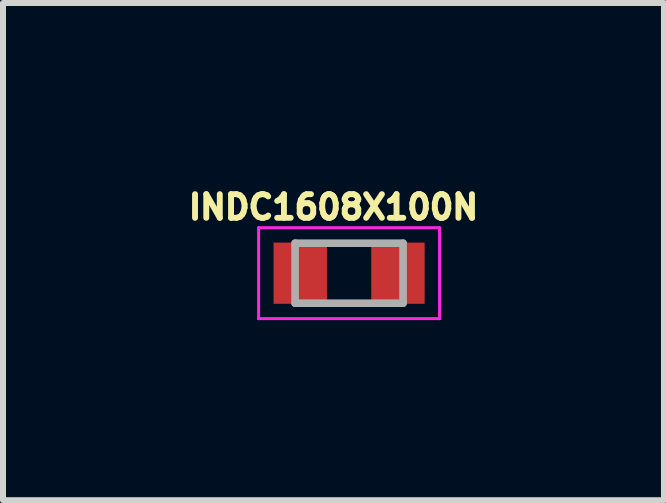
<source format=kicad_pcb>
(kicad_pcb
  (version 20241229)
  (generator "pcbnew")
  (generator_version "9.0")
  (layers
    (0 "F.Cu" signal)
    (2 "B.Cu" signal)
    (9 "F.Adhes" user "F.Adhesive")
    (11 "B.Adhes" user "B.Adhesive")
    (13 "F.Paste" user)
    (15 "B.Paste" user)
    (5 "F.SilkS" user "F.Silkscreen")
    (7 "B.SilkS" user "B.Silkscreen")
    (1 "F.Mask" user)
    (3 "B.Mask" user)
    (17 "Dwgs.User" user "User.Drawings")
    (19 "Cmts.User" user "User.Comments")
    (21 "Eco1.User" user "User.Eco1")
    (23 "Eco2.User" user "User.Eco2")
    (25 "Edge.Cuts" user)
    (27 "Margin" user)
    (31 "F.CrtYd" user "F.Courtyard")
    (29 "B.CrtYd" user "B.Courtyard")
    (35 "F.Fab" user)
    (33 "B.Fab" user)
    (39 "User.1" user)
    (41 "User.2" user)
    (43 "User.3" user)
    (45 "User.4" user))
  (footprint "INDC1608X100N"
    (layer "F.Cu")
    (at 2.768 1.503)
    (property "Reference" "INDC1608X100N" (at -0.26 -1.1 0) (layer "F.SilkS") (effects (font (size 0.394 0.394) (thickness 0.15))))
    (attr smd)
    (fp_line (start -1.508 -0.758) (end 1.508 -0.758) (stroke (width 0.05) (type solid)) (layer "F.CrtYd"))
    (fp_line (start -1.508 0.758) (end -1.508 -0.758) (stroke (width 0.05) (type solid)) (layer "F.CrtYd"))
    (fp_line (start -1.508 0.758) (end 1.508 0.758) (stroke (width 0.05) (type solid)) (layer "F.CrtYd"))
    (fp_line (start 1.508 0.758) (end 1.508 -0.758) (stroke (width 0.05) (type solid)) (layer "F.CrtYd"))
    (fp_line (start -0.9 0.5) (end -0.9 -0.5) (stroke (width 0.127) (type solid)) (layer "F.Fab"))
    (fp_line (start 0.9 -0.5) (end -0.9 -0.5) (stroke (width 0.127) (type solid)) (layer "F.Fab"))
    (fp_line (start 0.9 0.5) (end -0.9 0.5) (stroke (width 0.127) (type solid)) (layer "F.Fab"))
    (fp_line (start 0.9 0.5) (end 0.9 -0.5) (stroke (width 0.127) (type solid)) (layer "F.Fab"))
    (pad "1" smd rect (at -0.814 0) (size 0.89 1.02) (layers "F.Cu" "F.Mask" "F.Paste"))
    (pad "2" smd rect (at 0.814 0) (size 0.89 1.02) (layers "F.Cu" "F.Mask" "F.Paste")))
  (gr_rect
    (start -3 -3)
    (end 8.016 5.286)
    (stroke (width 0.1) (type default))
    (fill no)
    (layer "Edge.Cuts")))
</source>
